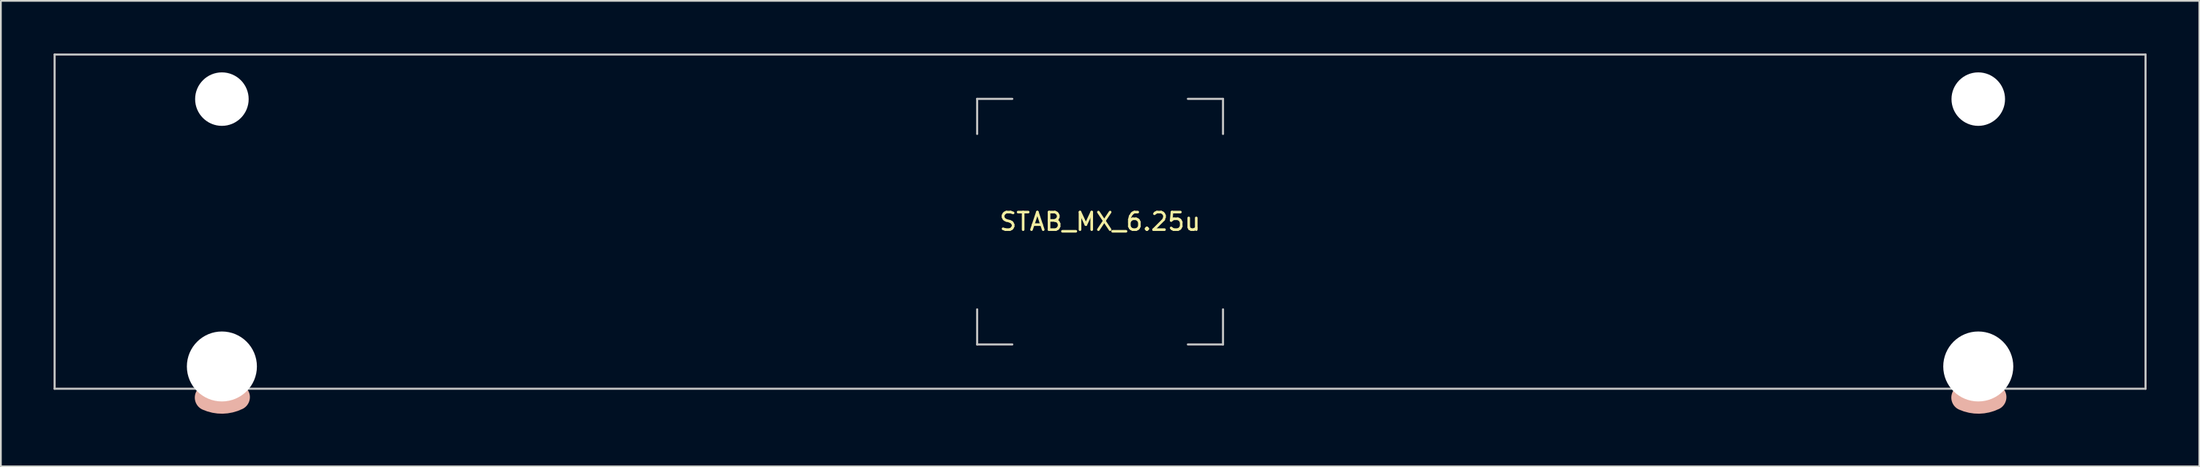
<source format=kicad_pcb>
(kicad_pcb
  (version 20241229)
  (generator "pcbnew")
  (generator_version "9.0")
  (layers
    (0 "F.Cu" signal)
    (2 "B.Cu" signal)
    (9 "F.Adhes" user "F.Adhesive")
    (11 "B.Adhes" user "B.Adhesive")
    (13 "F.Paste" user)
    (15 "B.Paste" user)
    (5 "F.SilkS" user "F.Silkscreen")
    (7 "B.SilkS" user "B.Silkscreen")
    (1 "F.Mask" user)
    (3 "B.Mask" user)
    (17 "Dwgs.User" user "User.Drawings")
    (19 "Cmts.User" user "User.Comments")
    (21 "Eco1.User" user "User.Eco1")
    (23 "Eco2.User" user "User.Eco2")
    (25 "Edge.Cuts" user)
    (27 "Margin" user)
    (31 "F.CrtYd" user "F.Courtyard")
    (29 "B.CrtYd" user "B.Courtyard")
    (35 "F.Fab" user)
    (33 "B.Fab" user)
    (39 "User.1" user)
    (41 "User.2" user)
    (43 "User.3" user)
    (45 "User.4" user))
  (footprint "STAB_MX_6.25u"
    (layer "F.Cu")
    (at 59.591 9.585)
    (property "Reference" "STAB_MX_6.25u" (at 0 0 0) (layer "F.SilkS") (effects (font (size 1 1) (thickness 0.15))))
    (attr through_hole exclude_from_pos_files exclude_from_bom)
    (fp_circle (center -50.006 -6.985) (end -48.506 -6.985) (stroke (width 1) (type solid)) (fill no) (layer "B.Mask"))
    (fp_circle (center 50.006 -6.985) (end 51.506 -6.985) (stroke (width 1) (type solid)) (fill no) (layer "B.Mask"))
    (fp_arc (start -49.161161 10.002042) (mid -49.976911 10.197561) (end -50.798861 10.03001) (stroke (width 1.5) (type default)) (layer "B.SilkS"))
    (fp_arc (start 50.858839 10.002042) (mid 50.043089 10.197561) (end 49.221139 10.03001) (stroke (width 1.5) (type default)) (layer "B.SilkS"))
    (fp_line (start -59.531 -9.525) (end -59.531 9.525) (stroke (width 0.12) (type solid)) (layer "Dwgs.User"))
    (fp_line (start -59.531 -9.525) (end 59.531 -9.525) (stroke (width 0.12) (type solid)) (layer "Dwgs.User"))
    (fp_line (start -59.531 9.525) (end 59.531 9.525) (stroke (width 0.12) (type solid)) (layer "Dwgs.User"))
    (fp_line (start -7 -7) (end -5 -7) (stroke (width 0.12) (type solid)) (layer "Dwgs.User"))
    (fp_line (start -7 -5) (end -7 -7) (stroke (width 0.12) (type solid)) (layer "Dwgs.User"))
    (fp_line (start -7 7) (end -7 5) (stroke (width 0.12) (type solid)) (layer "Dwgs.User"))
    (fp_line (start -5 7) (end -7 7) (stroke (width 0.12) (type solid)) (layer "Dwgs.User"))
    (fp_line (start 5 -7) (end 7 -7) (stroke (width 0.12) (type solid)) (layer "Dwgs.User"))
    (fp_line (start 5 7) (end 7 7) (stroke (width 0.12) (type solid)) (layer "Dwgs.User"))
    (fp_line (start 7 -7) (end 7 -5) (stroke (width 0.12) (type solid)) (layer "Dwgs.User"))
    (fp_line (start 7 7) (end 7 5) (stroke (width 0.12) (type solid)) (layer "Dwgs.User"))
    (fp_line (start 59.531 -9.525) (end 59.531 9.525) (stroke (width 0.12) (type solid)) (layer "Dwgs.User"))
    (fp_line (start -53.381 -5.5) (end -53.381 7.5) (stroke (width 0.05) (type solid)) (layer "Eco2.User"))
    (fp_line (start -52.881 -6) (end -47.131 -6) (stroke (width 0.05) (type solid)) (layer "Eco2.User"))
    (fp_line (start -52.881 8) (end -47.131 8) (stroke (width 0.05) (type solid)) (layer "Eco2.User"))
    (fp_line (start -46.631 -5.5) (end -46.631 7.5) (stroke (width 0.05) (type solid)) (layer "Eco2.User"))
    (fp_line (start 46.631 -5.5) (end 46.631 7.5) (stroke (width 0.05) (type solid)) (layer "Eco2.User"))
    (fp_line (start 47.131 -6) (end 52.88 -6) (stroke (width 0.05) (type solid)) (layer "Eco2.User"))
    (fp_line (start 47.131 8) (end 52.881 8) (stroke (width 0.05) (type solid)) (layer "Eco2.User"))
    (fp_line (start 53.38 -5.5) (end 53.381 7.5) (stroke (width 0.05) (type solid)) (layer "Eco2.User"))
    (fp_arc (start -53.38125 -5.499999) (mid -53.234803 -5.853552) (end -52.88125 -5.999999) (stroke (width 0.05) (type solid)) (layer "Eco2.User"))
    (fp_arc (start -52.88125 8.000001) (mid -53.234803 7.853554) (end -53.38125 7.500001) (stroke (width 0.05) (type solid)) (layer "Eco2.User"))
    (fp_arc (start -47.13125 -5.999999) (mid -46.777697 -5.853552) (end -46.63125 -5.499999) (stroke (width 0.05) (type solid)) (layer "Eco2.User"))
    (fp_arc (start -46.63125 7.500001) (mid -46.777697 7.853554) (end -47.13125 8.000001) (stroke (width 0.05) (type solid)) (layer "Eco2.User"))
    (fp_arc (start 46.63125 -5.499999) (mid 46.777697 -5.853552) (end 47.13125 -5.999999) (stroke (width 0.05) (type solid)) (layer "Eco2.User"))
    (fp_arc (start 47.13125 8.000001) (mid 46.777697 7.853554) (end 46.63125 7.500001) (stroke (width 0.05) (type solid)) (layer "Eco2.User"))
    (fp_arc (start 52.880039 -5.999999) (mid 53.233592 -5.853552) (end 53.380039 -5.499999) (stroke (width 0.05) (type solid)) (layer "Eco2.User"))
    (fp_arc (start 53.38125 7.500001) (mid 53.234803 7.853554) (end 52.88125 8.000001) (stroke (width 0.05) (type solid)) (layer "Eco2.User"))
    (pad "" np_thru_hole circle (at -50.006 -6.985) (size 3.048 3.048) (drill 3.048) (layers "*.Cu" "*.Mask"))
    (pad "" np_thru_hole circle (at -50.006 8.255) (size 3.988 3.988) (drill 3.988) (layers "*.Cu" "*.Mask"))
    (pad "" np_thru_hole circle (at 50.006 -6.985) (size 3.048 3.048) (drill 3.048) (layers "*.Cu" "*.Mask"))
    (pad "" np_thru_hole circle (at 50.006 8.255) (size 3.988 3.988) (drill 3.988) (layers "*.Cu" "*.Mask"))
    (zone (net_name "") (layer "B.Cu") (hatch edge 0.5) (connect_pads) (min_thickness 0.25) (filled_areas_thickness no) (keepout (tracks allowed) (vias allowed) (pads allowed) (copperpour not_allowed) (footprints allowed)) (placement (enabled no)) (fill) (polygon (pts (xy 11.085 2.6) (xy 11.065 2.353) (xy 11.004 2.113) (xy 10.904 1.886) (xy 10.769 1.679) (xy 10.601 1.496) (xy 10.405 1.344) (xy 10.188 1.226) (xy 9.953 1.146) (xy 9.709 1.105) (xy 9.461 1.105) (xy 9.217 1.146) (xy 8.982 1.226) (xy 8.765 1.344) (xy 8.569 1.496) (xy 8.401 1.679) (xy 8.266 1.886) (xy 8.166 2.113) (xy 8.105 2.353) (xy 8.085 2.6) (xy 8.105 2.847) (xy 8.166 3.087) (xy 8.266 3.314) (xy 8.401 3.521) (xy 8.569 3.704) (xy 8.765 3.856) (xy 8.982 3.974) (xy 9.217 4.054) (xy 9.461 4.095) (xy 9.709 4.095) (xy 9.953 4.054) (xy 10.188 3.974) (xy 10.405 3.856) (xy 10.601 3.704) (xy 10.769 3.521) (xy 10.904 3.314) (xy 11.004 3.087) (xy 11.065 2.847))))
    (zone (net_name "") (layer "B.Cu") (hatch edge 0.5) (connect_pads) (min_thickness 0.25) (filled_areas_thickness no) (keepout (tracks allowed) (vias allowed) (pads allowed) (copperpour not_allowed) (footprints allowed)) (placement (enabled no)) (fill) (polygon (pts (xy 111.097 2.6) (xy 111.077 2.353) (xy 111.016 2.113) (xy 110.917 1.886) (xy 110.781 1.679) (xy 110.613 1.496) (xy 110.418 1.344) (xy 110.2 1.226) (xy 109.966 1.146) (xy 109.721 1.105) (xy 109.474 1.105) (xy 109.229 1.146) (xy 108.995 1.226) (xy 108.777 1.344) (xy 108.582 1.496) (xy 108.414 1.679) (xy 108.278 1.886) (xy 108.179 2.113) (xy 108.118 2.353) (xy 108.097 2.6) (xy 108.118 2.847) (xy 108.179 3.087) (xy 108.278 3.314) (xy 108.414 3.521) (xy 108.582 3.704) (xy 108.777 3.856) (xy 108.995 3.974) (xy 109.229 4.054) (xy 109.474 4.095) (xy 109.721 4.095) (xy 109.966 4.054) (xy 110.2 3.974) (xy 110.418 3.856) (xy 110.613 3.704) (xy 110.781 3.521) (xy 110.917 3.314) (xy 111.016 3.087) (xy 111.077 2.847))))
    (zone (net_name "") (layer "B.Cu") (hatch edge 0.5) (connect_pads) (min_thickness 0.25) (filled_areas_thickness no) (keepout (tracks allowed) (vias allowed) (pads allowed) (copperpour not_allowed) (footprints allowed)) (placement (enabled no)) (fill) (polygon (pts (xy 9.87 0.62) (xy 10.148 0.681) (xy 10.416 0.781) (xy 10.666 0.917) (xy 10.895 1.089) (xy 11.096 1.29) (xy 11.268 1.519) (xy 11.404 1.769) (xy 11.504 2.037) (xy 11.565 2.315) (xy 11.585 2.6) (xy 11.565 2.885) (xy 11.504 3.163) (xy 11.404 3.431) (xy 11.268 3.681) (xy 11.096 3.91) (xy 10.895 4.111) (xy 10.666 4.283) (xy 10.416 4.419) (xy 10.148 4.519) (xy 9.87 4.58) (xy 9.585 4.6) (xy 9.3 4.58) (xy 9.022 4.519) (xy 8.754 4.419) (xy 8.504 4.283) (xy 8.275 4.111) (xy 8.074 3.91) (xy 7.902 3.681) (xy 7.766 3.431) (xy 7.666 3.163) (xy 7.605 2.885) (xy 7.585 2.6) (xy 7.605 2.315) (xy 7.666 2.037) (xy 7.766 1.769) (xy 7.902 1.519) (xy 8.074 1.29) (xy 8.275 1.089) (xy 8.504 0.917) (xy 8.754 0.781) (xy 9.022 0.681) (xy 9.3 0.62) (xy 9.585 0.6))))
    (zone (net_name "") (layer "B.Cu") (hatch edge 0.5) (connect_pads) (min_thickness 0.25) (filled_areas_thickness no) (keepout (tracks allowed) (vias allowed) (pads allowed) (copperpour not_allowed) (footprints allowed)) (placement (enabled no)) (fill) (polygon (pts (xy 109.882 0.62) (xy 110.161 0.681) (xy 110.428 0.781) (xy 110.679 0.917) (xy 110.907 1.089) (xy 111.109 1.29) (xy 111.28 1.519) (xy 111.417 1.769) (xy 111.516 2.037) (xy 111.577 2.315) (xy 111.597 2.6) (xy 111.577 2.885) (xy 111.516 3.163) (xy 111.417 3.431) (xy 111.28 3.681) (xy 111.109 3.91) (xy 110.907 4.111) (xy 110.679 4.283) (xy 110.428 4.419) (xy 110.161 4.519) (xy 109.882 4.58) (xy 109.597 4.6) (xy 109.313 4.58) (xy 109.034 4.519) (xy 108.767 4.419) (xy 108.516 4.283) (xy 108.288 4.111) (xy 108.086 3.91) (xy 107.915 3.681) (xy 107.778 3.431) (xy 107.679 3.163) (xy 107.618 2.885) (xy 107.597 2.6) (xy 107.618 2.315) (xy 107.679 2.037) (xy 107.778 1.769) (xy 107.915 1.519) (xy 108.086 1.29) (xy 108.288 1.089) (xy 108.516 0.917) (xy 108.767 0.781) (xy 109.034 0.681) (xy 109.313 0.62) (xy 109.597 0.6)))))
  (gr_rect
    (start -3 -3)
    (end 122.183 23.533)
    (stroke (width 0.1) (type default))
    (fill no)
    (layer "Edge.Cuts")))
</source>
